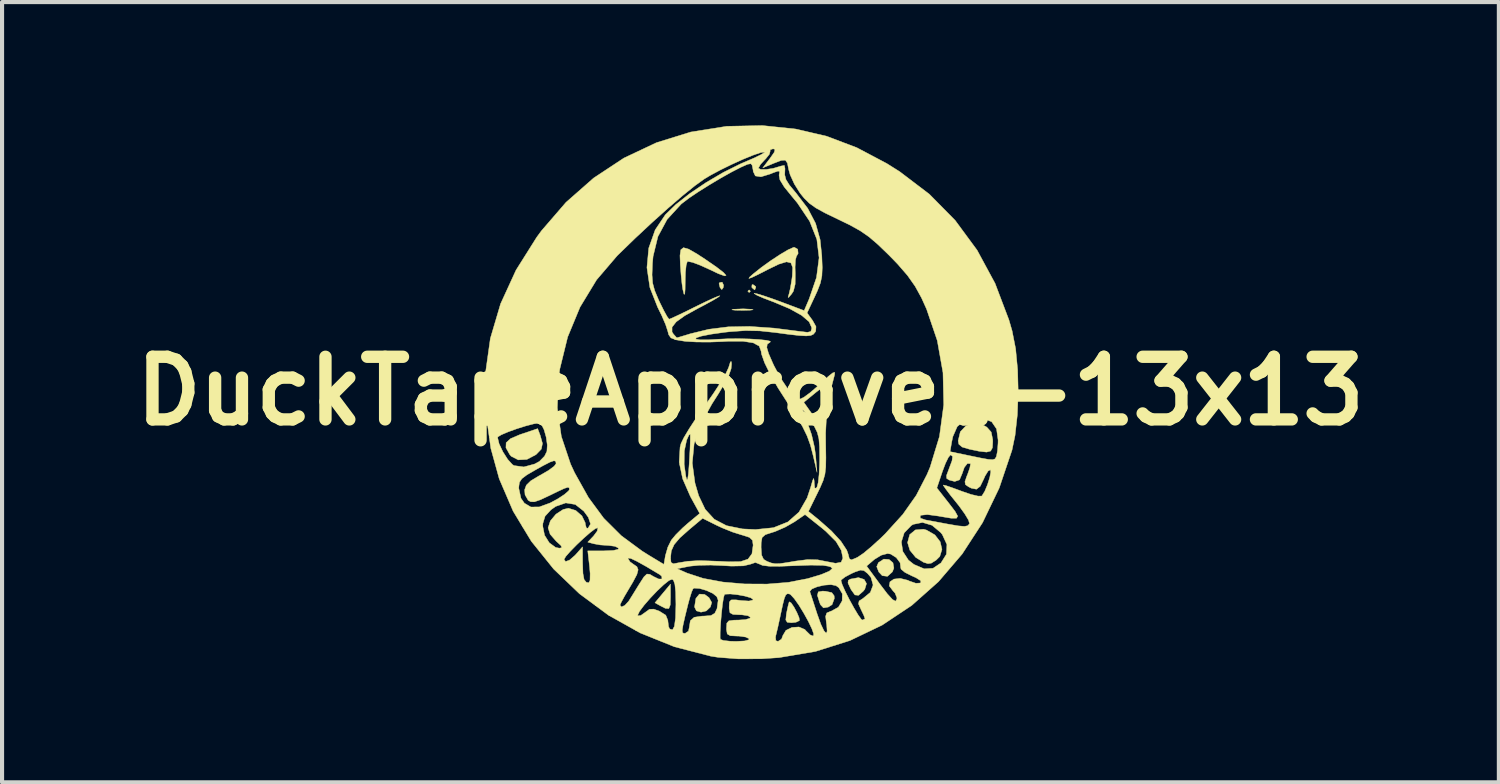
<source format=kicad_pcb>
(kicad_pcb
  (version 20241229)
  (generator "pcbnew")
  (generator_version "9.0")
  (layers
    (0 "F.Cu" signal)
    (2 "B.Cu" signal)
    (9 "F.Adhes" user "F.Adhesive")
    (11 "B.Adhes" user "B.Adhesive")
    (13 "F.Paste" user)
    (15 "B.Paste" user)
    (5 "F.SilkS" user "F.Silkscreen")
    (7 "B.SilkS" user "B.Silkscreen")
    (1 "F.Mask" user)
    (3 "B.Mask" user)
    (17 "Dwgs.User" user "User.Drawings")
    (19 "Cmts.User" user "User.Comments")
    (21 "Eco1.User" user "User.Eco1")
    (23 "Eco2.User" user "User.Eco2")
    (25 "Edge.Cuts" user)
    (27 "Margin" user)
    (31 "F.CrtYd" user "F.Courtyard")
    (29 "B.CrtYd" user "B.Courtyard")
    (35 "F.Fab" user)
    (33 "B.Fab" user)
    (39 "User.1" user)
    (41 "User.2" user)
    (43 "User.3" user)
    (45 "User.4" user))
  (footprint "DuckTapeApproved-13x13"
    (layer "F.Cu")
    (at 15.211 6.466)
    (property "Reference" "DuckTapeApproved-13x13" (at 0 0 0) (layer "F.SilkS") (effects (font (size 1.524 1.524) (thickness 0.3))))
    (attr through_hole)
    (fp_poly (pts (xy 0 -2.43) (xy -0.032 -2.397) (xy -0.065 -2.43) (xy -0.032 -2.462) (xy 0 -2.43)) (stroke (width 0.01) (type solid)) (fill yes) (layer "F.SilkS"))
    (fp_poly (pts (xy -0.654 -2.578) (xy -0.662 -2.518) (xy -0.697 -2.469) (xy -0.74 -2.518) (xy -0.764 -2.614) (xy -0.752 -2.639) (xy -0.688 -2.65) (xy -0.654 -2.578)) (stroke (width 0.01) (type solid)) (fill yes) (layer "F.SilkS"))
    (fp_poly (pts (xy -1.946 5.005) (xy -1.952 5.204) (xy -1.986 5.291) (xy -2.069 5.287) (xy -2.182 5.23) (xy -2.324 5.151) (xy -2.135 4.924) (xy -1.947 4.698) (xy -1.946 5.005)) (stroke (width 0.01) (type solid)) (fill yes) (layer "F.SilkS"))
    (fp_poly (pts (xy 0.127 -2.545) (xy 0.13 -2.527) (xy 0.107 -2.464) (xy 0.101 -2.462) (xy 0.046 -2.508) (xy 0.032 -2.527) (xy 0.038 -2.587) (xy 0.061 -2.592) (xy 0.127 -2.545)) (stroke (width 0.01) (type solid)) (fill yes) (layer "F.SilkS"))
    (fp_poly (pts (xy -1.115 4.948) (xy -1.009 5.026) (xy -0.943 5.144) (xy -0.974 5.253) (xy -1.074 5.349) (xy -1.203 5.38) (xy -1.315 5.348) (xy -1.361 5.254) (xy -1.328 5.046) (xy -1.242 4.94) (xy -1.115 4.948)) (stroke (width 0.01) (type solid)) (fill yes) (layer "F.SilkS"))
    (fp_poly (pts (xy 0.016 -1.991) (xy 0.065 -1.978) (xy -0.001 -1.969) (xy -0.168 -1.965) (xy -0.194 -1.965) (xy -0.372 -1.968) (xy -0.452 -1.977) (xy -0.418 -1.989) (xy -0.405 -1.991) (xy -0.178 -2.001) (xy 0.016 -1.991)) (stroke (width 0.01) (type solid)) (fill yes) (layer "F.SilkS"))
    (fp_poly (pts (xy 3.373 4.098) (xy 3.468 4.179) (xy 3.49 4.307) (xy 3.454 4.399) (xy 3.334 4.508) (xy 3.207 4.492) (xy 3.123 4.403) (xy 3.072 4.273) (xy 3.114 4.174) (xy 3.244 4.089) (xy 3.373 4.098)) (stroke (width 0.01) (type solid)) (fill yes) (layer "F.SilkS"))
    (fp_poly (pts (xy 1.83 4.872) (xy 1.979 4.904) (xy 2.036 4.98) (xy 2.041 5.047) (xy 1.986 5.197) (xy 1.893 5.256) (xy 1.776 5.275) (xy 1.706 5.201) (xy 1.683 5.146) (xy 1.629 4.971) (xy 1.65 4.886) (xy 1.759 4.867) (xy 1.83 4.872)) (stroke (width 0.01) (type solid)) (fill yes) (layer "F.SilkS"))
    (fp_poly (pts (xy 2.766 4.583) (xy 2.824 4.684) (xy 2.782 4.822) (xy 2.745 4.869) (xy 2.63 4.97) (xy 2.542 4.961) (xy 2.452 4.836) (xy 2.433 4.801) (xy 2.373 4.669) (xy 2.381 4.605) (xy 2.437 4.574) (xy 2.629 4.539) (xy 2.766 4.583)) (stroke (width 0.01) (type solid)) (fill yes) (layer "F.SilkS"))
    (fp_poly (pts (xy 0.989 5.154) (xy 1.059 5.256) (xy 1.131 5.391) (xy 1.183 5.515) (xy 1.192 5.584) (xy 1.108 5.625) (xy 0.998 5.637) (xy 0.895 5.626) (xy 0.86 5.569) (xy 0.874 5.429) (xy 0.88 5.394) (xy 0.914 5.232) (xy 0.94 5.136) (xy 0.945 5.128) (xy 0.989 5.154)) (stroke (width 0.01) (type solid)) (fill yes) (layer "F.SilkS"))
    (fp_poly (pts (xy -5.116 1.077) (xy -5.061 1.274) (xy -5.089 1.412) (xy -5.212 1.54) (xy -5.225 1.55) (xy -5.44 1.663) (xy -5.651 1.674) (xy -5.822 1.586) (xy -5.86 1.541) (xy -5.95 1.378) (xy -5.945 1.256) (xy -5.836 1.156) (xy -5.611 1.06) (xy -5.57 1.046) (xy -5.178 0.914) (xy -5.116 1.077)) (stroke (width 0.01) (type solid)) (fill yes) (layer "F.SilkS"))
    (fp_poly (pts (xy 4.284 3.382) (xy 4.488 3.5) (xy 4.617 3.667) (xy 4.66 3.853) (xy 4.607 4.025) (xy 4.521 4.111) (xy 4.402 4.187) (xy 4.318 4.199) (xy 4.212 4.166) (xy 4.022 4.048) (xy 3.879 3.873) (xy 3.823 3.687) (xy 3.823 3.686) (xy 3.875 3.492) (xy 4.014 3.378) (xy 4.211 3.362) (xy 4.284 3.382)) (stroke (width 0.01) (type solid)) (fill yes) (layer "F.SilkS"))
    (fp_poly (pts (xy 5.656 0.824) (xy 5.752 0.878) (xy 5.858 0.997) (xy 5.895 1.181) (xy 5.896 1.235) (xy 5.888 1.378) (xy 5.845 1.459) (xy 5.745 1.485) (xy 5.564 1.464) (xy 5.329 1.415) (xy 5.151 1.362) (xy 5.07 1.293) (xy 5.054 1.209) (xy 5.107 0.99) (xy 5.245 0.843) (xy 5.438 0.783) (xy 5.656 0.824)) (stroke (width 0.01) (type solid)) (fill yes) (layer "F.SilkS"))
    (fp_poly (pts (xy -1.504 -3.454) (xy -1.299 -3.336) (xy -1.103 -3.208) (xy -0.829 -3.019) (xy -0.658 -2.887) (xy -0.592 -2.814) (xy -0.632 -2.803) (xy -0.78 -2.857) (xy -0.989 -2.956) (xy -1.22 -3.061) (xy -1.406 -3.131) (xy -1.519 -3.155) (xy -1.537 -3.15) (xy -1.564 -3.062) (xy -1.582 -2.887) (xy -1.587 -2.716) (xy -1.59 -2.476) (xy -1.599 -2.359) (xy -1.617 -2.357) (xy -1.644 -2.464) (xy -1.647 -2.478) (xy -1.667 -2.618) (xy -1.689 -2.836) (xy -1.706 -3.062) (xy -1.715 -3.297) (xy -1.695 -3.439) (xy -1.63 -3.49) (xy -1.504 -3.454)) (stroke (width 0.01) (type solid)) (fill yes) (layer "F.SilkS"))
    (fp_poly (pts (xy 1.15 -3.452) (xy 1.16 -3.349) (xy 1.118 -3.278) (xy 1.095 -3.191) (xy 1.086 -3.018) (xy 1.09 -2.862) (xy 1.088 -2.602) (xy 1.046 -2.432) (xy 1.003 -2.365) (xy 0.927 -2.276) (xy 0.915 -2.286) (xy 0.939 -2.365) (xy 0.972 -2.507) (xy 1.006 -2.713) (xy 1.018 -2.801) (xy 1.027 -3.006) (xy 0.984 -3.119) (xy 0.877 -3.145) (xy 0.69 -3.088) (xy 0.444 -2.969) (xy 0.183 -2.835) (xy 0.025 -2.76) (xy -0.039 -2.74) (xy -0.02 -2.773) (xy 0.065 -2.849) (xy 0.27 -3.012) (xy 0.5 -3.177) (xy 0.725 -3.325) (xy 0.916 -3.438) (xy 1.044 -3.495) (xy 1.066 -3.499) (xy 1.15 -3.452)) (stroke (width 0.01) (type solid)) (fill yes) (layer "F.SilkS"))
    (fp_poly (pts (xy 1.099 -6.377) (xy 1.855 -6.201) (xy 2.586 -5.924) (xy 3.318 -5.537) (xy 3.631 -5.34) (xy 4.352 -4.792) (xy 4.981 -4.154) (xy 5.515 -3.429) (xy 5.952 -2.621) (xy 6.289 -1.733) (xy 6.367 -1.464) (xy 6.452 -1.033) (xy 6.501 -0.521) (xy 6.515 0.031) (xy 6.494 0.58) (xy 6.438 1.083) (xy 6.364 1.438) (xy 6.053 2.359) (xy 5.647 3.203) (xy 5.152 3.964) (xy 4.576 4.637) (xy 3.924 5.216) (xy 3.203 5.696) (xy 2.42 6.071) (xy 1.581 6.336) (xy 0.692 6.486) (xy 0.259 6.515) (xy -0.302 6.516) (xy -0.785 6.479) (xy -0.968 6.45) (xy -1.85 6.222) (xy -2.387 6.005) (xy -0.738 6.005) (xy -0.731 6.042) (xy -0.657 6.069) (xy -0.494 6.087) (xy -0.349 6.091) (xy -0.141 6.08) (xy -0.038 6.051) (xy -0.032 6.026) (xy -0.117 5.985) (xy -0.169 5.977) (xy 0.609 5.977) (xy 0.618 6.073) (xy 0.671 6.091) (xy 0.756 6.036) (xy 0.789 5.947) (xy 0.863 5.823) (xy 1.01 5.751) (xy 1.18 5.74) (xy 1.323 5.801) (xy 1.352 5.834) (xy 1.455 5.934) (xy 1.527 5.961) (xy 1.54 5.912) (xy 1.495 5.785) (xy 1.41 5.607) (xy 1.299 5.406) (xy 1.18 5.211) (xy 1.067 5.051) (xy 0.977 4.953) (xy 0.947 4.936) (xy 0.897 4.932) (xy 0.86 4.959) (xy 0.825 5.04) (xy 0.785 5.196) (xy 0.73 5.451) (xy 0.711 5.54) (xy 0.665 5.751) (xy 0.624 5.923) (xy 0.609 5.977) (xy -0.169 5.977) (xy -0.279 5.962) (xy -0.328 5.961) (xy -0.492 5.953) (xy -0.565 5.91) (xy -0.583 5.804) (xy -0.583 5.767) (xy -0.575 5.647) (xy -0.526 5.591) (xy -0.402 5.574) (xy -0.292 5.572) (xy -0.118 5.56) (xy -0.013 5.527) (xy 0 5.508) (xy -0.057 5.467) (xy -0.201 5.445) (xy -0.259 5.443) (xy -0.425 5.435) (xy -0.499 5.394) (xy -0.518 5.29) (xy -0.518 5.25) (xy -0.512 5.132) (xy -0.47 5.082) (xy -0.357 5.08) (xy -0.227 5.097) (xy -0.036 5.109) (xy 0.058 5.086) (xy 0.065 5.071) (xy 0.008 5.03) (xy -0.134 4.989) (xy -0.313 4.956) (xy -0.487 4.937) (xy -0.608 4.942) (xy -0.634 4.953) (xy -0.656 5.032) (xy -0.682 5.201) (xy -0.706 5.422) (xy -0.726 5.656) (xy -0.737 5.863) (xy -0.738 6.005) (xy -2.387 6.005) (xy -2.682 5.886) (xy -2.804 5.818) (xy -1.66 5.818) (xy -1.653 5.876) (xy -1.623 5.895) (xy -1.589 5.896) (xy -1.508 5.841) (xy -1.489 5.751) (xy -1.463 5.588) (xy -1.37 5.504) (xy -1.182 5.476) (xy -1.135 5.475) (xy -0.961 5.462) (xy -0.868 5.406) (xy -0.814 5.294) (xy -0.786 5.091) (xy -0.819 5.002) (xy -0.914 4.924) (xy -1.016 4.877) (xy 1.444 4.877) (xy 1.446 4.885) (xy 1.478 4.978) (xy 1.537 5.159) (xy 1.612 5.39) (xy 1.624 5.427) (xy 1.713 5.675) (xy 1.788 5.832) (xy 1.842 5.892) (xy 1.866 5.845) (xy 1.855 5.686) (xy 1.848 5.645) (xy 1.829 5.481) (xy 1.857 5.399) (xy 1.952 5.358) (xy 1.97 5.353) (xy 2.14 5.259) (xy 2.231 5.105) (xy 2.236 4.933) (xy 2.149 4.783) (xy 2.081 4.734) (xy 1.96 4.71) (xy 1.793 4.723) (xy 1.623 4.762) (xy 1.493 4.816) (xy 1.444 4.877) (xy -1.016 4.877) (xy -1.07 4.852) (xy -1.237 4.804) (xy -1.365 4.795) (xy -1.397 4.81) (xy -1.432 4.889) (xy -1.483 5.053) (xy -1.521 5.194) (xy -1.596 5.498) (xy -1.641 5.699) (xy -1.66 5.818) (xy -2.804 5.818) (xy -3.456 5.453) (xy -3.459 5.451) (xy -2.744 5.451) (xy -2.74 5.468) (xy -2.668 5.46) (xy -2.564 5.387) (xy -2.458 5.31) (xy -2.354 5.306) (xy -2.219 5.354) (xy -2.061 5.453) (xy -2.009 5.582) (xy -2.009 5.594) (xy -1.993 5.729) (xy -1.967 5.787) (xy -1.898 5.812) (xy -1.851 5.725) (xy -1.823 5.52) (xy -1.814 5.193) (xy -1.814 5.187) (xy -1.82 4.891) (xy -1.839 4.704) (xy -1.873 4.605) (xy -1.906 4.579) (xy -1.982 4.609) (xy -2.111 4.712) (xy -2.271 4.863) (xy -2.438 5.038) (xy -2.588 5.211) (xy -2.698 5.357) (xy -2.744 5.451) (xy -3.459 5.451) (xy -3.787 5.208) (xy -3.175 5.208) (xy -3.139 5.253) (xy -3.057 5.215) (xy -2.965 5.115) (xy -2.957 5.103) (xy -2.867 4.959) (xy -2.748 4.766) (xy -2.695 4.681) (xy -2.591 4.52) (xy -2.52 4.452) (xy -2.448 4.459) (xy -2.362 4.511) (xy -2.233 4.573) (xy -2.153 4.572) (xy -2.153 4.572) (xy -2.159 4.506) (xy -2.204 4.467) (xy -2.446 4.323) (xy -1.782 4.323) (xy -1.54 4.43) (xy -1.149 4.558) (xy -0.67 4.647) (xy -0.14 4.693) (xy 0.404 4.696) (xy 0.926 4.654) (xy 1.142 4.612) (xy 2.203 4.612) (xy 2.232 4.709) (xy 2.306 4.875) (xy 2.408 5.076) (xy 2.519 5.278) (xy 2.621 5.448) (xy 2.697 5.554) (xy 2.722 5.572) (xy 2.785 5.545) (xy 2.786 5.537) (xy 2.759 5.46) (xy 2.694 5.323) (xy 2.689 5.313) (xy 2.629 5.179) (xy 2.644 5.107) (xy 2.737 5.047) (xy 2.917 4.899) (xy 2.984 4.72) (xy 2.933 4.536) (xy 2.851 4.439) (xy 2.763 4.369) (xy 2.68 4.356) (xy 2.553 4.398) (xy 2.462 4.438) (xy 2.305 4.521) (xy 2.213 4.592) (xy 2.203 4.612) (xy 1.142 4.612) (xy 1.39 4.564) (xy 1.393 4.563) (xy 1.72 4.465) (xy 1.919 4.382) (xy 1.992 4.317) (xy 1.941 4.269) (xy 1.871 4.258) (xy 2.827 4.258) (xy 3.143 4.688) (xy 3.33 4.933) (xy 3.457 5.072) (xy 3.532 5.113) (xy 3.562 5.061) (xy 3.564 5.03) (xy 3.518 4.916) (xy 3.467 4.86) (xy 3.378 4.741) (xy 3.395 4.641) (xy 3.491 4.575) (xy 3.644 4.558) (xy 3.827 4.603) (xy 3.868 4.623) (xy 4.025 4.677) (xy 4.139 4.67) (xy 4.14 4.669) (xy 4.146 4.617) (xy 4.027 4.541) (xy 3.926 4.496) (xy 3.76 4.413) (xy 3.665 4.334) (xy 3.656 4.3) (xy 3.642 4.178) (xy 3.548 4.052) (xy 3.412 3.966) (xy 3.337 3.953) (xy 3.183 3.994) (xy 3.017 4.095) (xy 3.005 4.105) (xy 2.827 4.258) (xy 1.871 4.258) (xy 1.767 4.241) (xy 1.47 4.235) (xy 1.084 4.249) (xy 0.711 4.264) (xy 0.452 4.262) (xy 0.293 4.242) (xy 0.23 4.214) (xy 0.12 4.171) (xy -0.002 4.213) (xy -0.172 4.253) (xy -0.463 4.259) (xy -0.67 4.247) (xy -0.964 4.234) (xy -1.25 4.239) (xy -1.471 4.261) (xy -1.49 4.264) (xy -1.782 4.323) (xy -2.446 4.323) (xy -2.534 4.27) (xy -2.766 4.141) (xy -2.91 4.073) (xy -2.974 4.063) (xy -2.981 4.075) (xy -2.93 4.155) (xy -2.851 4.212) (xy -2.763 4.272) (xy -2.733 4.348) (xy -2.764 4.464) (xy -2.86 4.647) (xy -2.948 4.795) (xy -3.063 4.989) (xy -3.144 5.138) (xy -3.175 5.208) (xy -3.787 5.208) (xy -4.162 4.931) (xy -4.79 4.329) (xy -4.977 4.096) (xy -4.536 4.096) (xy -4.498 4.148) (xy -4.401 4.112) (xy -4.27 3.998) (xy -4.243 3.969) (xy -4.086 3.791) (xy -4.084 4.185) (xy -4.076 4.438) (xy -4.048 4.586) (xy -3.994 4.653) (xy -3.933 4.665) (xy -3.904 4.605) (xy -3.901 4.44) (xy -3.915 4.277) (xy -3.959 3.888) (xy -3.563 3.888) (xy -3.338 3.878) (xy -3.22 3.851) (xy -3.207 3.823) (xy -3.294 3.778) (xy -3.449 3.757) (xy -3.454 3.757) (xy -3.654 3.744) (xy -3.81 3.716) (xy -3.959 3.676) (xy -3.815 3.523) (xy -3.729 3.407) (xy -3.713 3.328) (xy -3.716 3.325) (xy -3.776 3.348) (xy -3.899 3.441) (xy -4.058 3.58) (xy -4.227 3.739) (xy -4.38 3.895) (xy -4.492 4.022) (xy -4.536 4.096) (xy -4.536 4.096) (xy -4.977 4.096) (xy -5.331 3.656) (xy -5.553 3.29) (xy -5.054 3.29) (xy -5.01 3.508) (xy -4.895 3.692) (xy -4.74 3.805) (xy -4.649 3.823) (xy -4.587 3.81) (xy -4.613 3.757) (xy -4.725 3.655) (xy -4.874 3.484) (xy -4.924 3.328) (xy -4.869 3.159) (xy -4.733 2.996) (xy -4.557 2.881) (xy -4.429 2.851) (xy -4.252 2.905) (xy -4.101 3.037) (xy -4.021 3.204) (xy -4.017 3.244) (xy -3.992 3.333) (xy -3.953 3.337) (xy -3.891 3.234) (xy -3.945 3.073) (xy -4.056 2.921) (xy -4.262 2.759) (xy -4.494 2.721) (xy -4.74 2.807) (xy -4.855 2.889) (xy -4.998 3.045) (xy -5.051 3.219) (xy -5.054 3.29) (xy -5.553 3.29) (xy -5.775 2.922) (xy -6.013 2.368) (xy -5.637 2.368) (xy -5.585 2.607) (xy -5.501 2.728) (xy -5.343 2.821) (xy -5.138 2.819) (xy -4.873 2.722) (xy -4.686 2.621) (xy -4.525 2.515) (xy -4.424 2.427) (xy -4.406 2.395) (xy -4.412 2.352) (xy -4.447 2.342) (xy -4.532 2.37) (xy -4.692 2.444) (xy -4.886 2.539) (xy -5.112 2.645) (xy -5.255 2.694) (xy -5.347 2.693) (xy -5.409 2.658) (xy -5.485 2.525) (xy -5.495 2.403) (xy -5.454 2.29) (xy -5.346 2.184) (xy -5.143 2.062) (xy -5.103 2.041) (xy -4.911 1.929) (xy -4.777 1.829) (xy -4.73 1.766) (xy -4.739 1.709) (xy -4.781 1.695) (xy -4.877 1.728) (xy -5.048 1.816) (xy -5.226 1.915) (xy -5.44 2.039) (xy -5.563 2.132) (xy -5.621 2.22) (xy -5.637 2.33) (xy -5.637 2.368) (xy -6.013 2.368) (xy -6.113 2.135) (xy -6.318 1.393) (xy -6.355 1.127) (xy -6.154 1.127) (xy -6.116 1.284) (xy -6.024 1.478) (xy -5.907 1.662) (xy -5.792 1.789) (xy -5.753 1.813) (xy -5.514 1.846) (xy -5.25 1.774) (xy -5.136 1.712) (xy -5.01 1.583) (xy -4.953 1.466) (xy -4.944 1.311) (xy -4.971 1.121) (xy -5.022 0.941) (xy -5.086 0.813) (xy -5.138 0.777) (xy -5.27 0.797) (xy -5.463 0.847) (xy -5.683 0.916) (xy -5.894 0.992) (xy -6.061 1.063) (xy -6.149 1.116) (xy -6.154 1.127) (xy -6.355 1.127) (xy -6.447 0.473) (xy -6.447 0.415) (xy -4.7 0.415) (xy -4.602 1.104) (xy -4.377 1.776) (xy -4.28 1.985) (xy -3.941 2.591) (xy -3.57 3.094) (xy -3.142 3.52) (xy -2.635 3.894) (xy -2.477 3.993) (xy -2.106 4.217) (xy -2.078 4.054) (xy -1.944 4.054) (xy -1.933 4.169) (xy -1.876 4.202) (xy -1.734 4.175) (xy -1.733 4.175) (xy -1.53 4.142) (xy -1.289 4.127) (xy -1.231 4.126) (xy -1 4.133) (xy -0.716 4.144) (xy -0.529 4.154) (xy -0.242 4.15) (xy -0.06 4.089) (xy 0.036 3.96) (xy 0.058 3.801) (xy 0.259 3.801) (xy 0.271 3.991) (xy 0.32 4.094) (xy 0.405 4.145) (xy 0.509 4.184) (xy 0.6 4.201) (xy 0.716 4.198) (xy 0.895 4.172) (xy 1.093 4.138) (xy 1.393 4.1) (xy 1.635 4.106) (xy 1.833 4.145) (xy 2.071 4.19) (xy 2.206 4.165) (xy 2.249 4.065) (xy 2.211 3.88) (xy 2.208 3.872) (xy 2.083 3.661) (xy 1.835 3.413) (xy 1.732 3.327) (xy 1.328 3.005) (xy 1.069 3.183) (xy 0.843 3.312) (xy 0.599 3.418) (xy 0.535 3.438) (xy 0.364 3.493) (xy 0.284 3.561) (xy 0.261 3.687) (xy 0.259 3.801) (xy 0.058 3.801) (xy 0.065 3.751) (xy 0.065 3.748) (xy 0.049 3.631) (xy -0.023 3.561) (xy -0.185 3.508) (xy -0.211 3.501) (xy -0.431 3.432) (xy -0.689 3.328) (xy -0.825 3.265) (xy -1.164 3.096) (xy -1.491 3.37) (xy -1.719 3.573) (xy -1.857 3.736) (xy -1.926 3.888) (xy -1.944 4.054) (xy -2.078 4.054) (xy -2.07 4.004) (xy -2.01 3.797) (xy -1.927 3.629) (xy -1.817 3.496) (xy -1.649 3.329) (xy -1.528 3.222) (xy -1.235 2.978) (xy -1.462 2.565) (xy -1.649 2.137) (xy -1.724 1.782) (xy -1.613 1.782) (xy -1.571 2.082) (xy -1.547 2.158) (xy -1.528 2.14) (xy -1.51 2.017) (xy -1.491 1.778) (xy -1.486 1.685) (xy -1.471 1.417) (xy -1.464 1.202) (xy -1.464 1.071) (xy -1.468 1.044) (xy -1.501 1.078) (xy -1.553 1.194) (xy -1.609 1.457) (xy -1.613 1.782) (xy -1.724 1.782) (xy -1.734 1.73) (xy -1.713 1.366) (xy -1.689 1.275) (xy -1.621 1.135) (xy -1.493 0.92) (xy -1.322 0.658) (xy -1.125 0.377) (xy -1.1 0.343) (xy -0.903 0.062) (xy -0.731 -0.202) (xy -0.601 -0.422) (xy -0.532 -0.571) (xy -0.528 -0.583) (xy -0.488 -0.711) (xy -0.466 -0.718) (xy -0.46 -0.661) (xy -0.471 -0.542) (xy -0.522 -0.396) (xy -0.621 -0.2) (xy -0.779 0.065) (xy -0.937 0.313) (xy -1.212 0.811) (xy -1.371 1.283) (xy -1.416 1.751) (xy -1.35 2.238) (xy -1.26 2.545) (xy -1.101 2.878) (xy -0.88 3.119) (xy -0.582 3.275) (xy -0.193 3.354) (xy 0.125 3.369) (xy 0.561 3.324) (xy 0.911 3.184) (xy 1.181 2.945) (xy 1.379 2.6) (xy 1.467 2.336) (xy 1.514 2.172) (xy 1.539 2.125) (xy 1.55 2.185) (xy 1.552 2.235) (xy 1.564 2.358) (xy 1.597 2.364) (xy 1.62 2.333) (xy 1.648 2.227) (xy 1.67 2.027) (xy 1.682 1.769) (xy 1.684 1.649) (xy 1.681 1.359) (xy 1.665 1.16) (xy 1.627 1.009) (xy 1.558 0.867) (xy 1.492 0.758) (xy 1.381 0.591) (xy 1.298 0.481) (xy 1.269 0.454) (xy 1.276 0.507) (xy 1.328 0.644) (xy 1.393 0.794) (xy 1.486 1.057) (xy 1.558 1.366) (xy 1.584 1.555) (xy 1.62 1.976) (xy 1.528 1.579) (xy 1.461 1.32) (xy 1.378 1.092) (xy 1.265 0.86) (xy 1.103 0.59) (xy 0.907 0.292) (xy 0.895 0.273) (xy 1.298 0.273) (xy 1.475 0.524) (xy 1.587 0.672) (xy 1.67 0.763) (xy 1.692 0.776) (xy 1.719 0.718) (xy 1.749 0.567) (xy 1.771 0.4) (xy 1.8 0.171) (xy 1.835 -0.019) (xy 1.857 -0.101) (xy 1.85 -0.144) (xy 1.759 -0.097) (xy 1.601 0.025) (xy 1.298 0.273) (xy 0.895 0.273) (xy 0.673 -0.073) (xy 0.482 -0.406) (xy 0.344 -0.688) (xy 0.27 -0.898) (xy 0.259 -0.971) (xy 0.213 -1.094) (xy 0.069 -1.173) (xy -0.18 -1.212) (xy -0.543 -1.212) (xy -0.68 -1.204) (xy -0.996 -1.192) (xy -1.311 -1.194) (xy -1.569 -1.209) (xy -1.617 -1.215) (xy -1.823 -1.249) (xy -1.863 -1.266) (xy -1.333 -1.266) (xy -1.232 -1.248) (xy -1.013 -1.248) (xy -0.795 -1.261) (xy -0.544 -1.273) (xy -0.277 -1.275) (xy -0.016 -1.268) (xy 0.214 -1.254) (xy 0.389 -1.235) (xy 0.484 -1.212) (xy 0.476 -1.186) (xy 0.47 -1.183) (xy 0.409 -1.142) (xy 0.398 -1.059) (xy 0.441 -0.914) (xy 0.542 -0.682) (xy 0.573 -0.616) (xy 0.732 -0.317) (xy 0.898 -0.069) (xy 1.054 0.108) (xy 1.183 0.191) (xy 1.209 0.194) (xy 1.298 0.152) (xy 1.451 0.04) (xy 1.638 -0.121) (xy 1.7 -0.178) (xy 1.89 -0.353) (xy 2.003 -0.443) (xy 2.051 -0.455) (xy 2.047 -0.397) (xy 2.045 -0.389) (xy 1.923 0.08) (xy 1.854 0.532) (xy 1.829 1.023) (xy 1.831 1.297) (xy 1.836 1.621) (xy 1.832 1.852) (xy 1.812 2.025) (xy 1.769 2.176) (xy 1.699 2.34) (xy 1.629 2.485) (xy 1.411 2.928) (xy 1.661 3.131) (xy 1.969 3.403) (xy 2.201 3.655) (xy 2.343 3.871) (xy 2.377 3.966) (xy 2.407 4.081) (xy 2.459 4.107) (xy 2.575 4.059) (xy 2.616 4.038) (xy 2.75 3.947) (xy 2.941 3.788) (xy 3.07 3.671) (xy 3.672 3.671) (xy 3.707 3.902) (xy 3.843 4.112) (xy 3.977 4.218) (xy 4.228 4.325) (xy 4.443 4.312) (xy 4.636 4.182) (xy 4.769 3.97) (xy 4.78 3.733) (xy 4.669 3.492) (xy 4.631 3.444) (xy 4.419 3.266) (xy 4.187 3.197) (xy 3.962 3.243) (xy 3.915 3.27) (xy 3.741 3.45) (xy 3.672 3.671) (xy 3.07 3.671) (xy 3.16 3.589) (xy 3.279 3.473) (xy 3.676 3.036) (xy 4.13 3.036) (xy 4.132 3.092) (xy 4.262 3.136) (xy 4.284 3.14) (xy 4.492 3.178) (xy 4.735 3.224) (xy 4.795 3.235) (xy 5.049 3.279) (xy 5.205 3.293) (xy 5.289 3.276) (xy 5.329 3.228) (xy 5.33 3.224) (xy 5.306 3.139) (xy 5.214 2.986) (xy 5.073 2.791) (xy 5.018 2.722) (xy 4.863 2.529) (xy 4.749 2.378) (xy 4.693 2.295) (xy 4.691 2.286) (xy 4.754 2.299) (xy 4.907 2.351) (xy 5.117 2.428) (xy 5.144 2.439) (xy 5.367 2.515) (xy 5.54 2.556) (xy 5.629 2.554) (xy 5.632 2.551) (xy 5.701 2.439) (xy 5.769 2.274) (xy 5.823 2.102) (xy 5.848 1.967) (xy 5.837 1.915) (xy 5.782 1.947) (xy 5.708 2.068) (xy 5.677 2.139) (xy 5.59 2.318) (xy 5.499 2.388) (xy 5.375 2.363) (xy 5.309 2.33) (xy 5.232 2.277) (xy 5.219 2.205) (xy 5.265 2.069) (xy 5.282 2.029) (xy 5.337 1.873) (xy 5.355 1.776) (xy 5.351 1.765) (xy 5.279 1.762) (xy 5.204 1.857) (xy 5.151 2.009) (xy 5.087 2.16) (xy 4.97 2.2) (xy 4.834 2.164) (xy 4.774 2.125) (xy 4.772 2.05) (xy 4.829 1.898) (xy 4.829 1.897) (xy 4.904 1.698) (xy 4.919 1.591) (xy 4.876 1.556) (xy 4.866 1.555) (xy 4.817 1.612) (xy 4.745 1.76) (xy 4.671 1.956) (xy 4.536 2.357) (xy 4.832 2.734) (xy 4.979 2.927) (xy 5.043 3.043) (xy 5.014 3.094) (xy 4.881 3.093) (xy 4.633 3.052) (xy 4.572 3.041) (xy 4.304 3.005) (xy 4.153 3.021) (xy 4.13 3.036) (xy 3.676 3.036) (xy 3.704 3.006) (xy 4.034 2.538) (xy 4.297 2.028) (xy 4.372 1.849) (xy 4.486 1.474) (xy 4.857 1.474) (xy 5.328 1.572) (xy 5.61 1.63) (xy 5.791 1.663) (xy 5.896 1.669) (xy 5.949 1.651) (xy 5.976 1.608) (xy 5.987 1.582) (xy 6.011 1.456) (xy 6.025 1.263) (xy 6.026 1.193) (xy 5.988 0.92) (xy 5.87 0.747) (xy 5.663 0.666) (xy 5.462 0.661) (xy 5.207 0.719) (xy 5.032 0.863) (xy 4.925 1.107) (xy 4.897 1.239) (xy 4.857 1.474) (xy 4.486 1.474) (xy 4.599 1.105) (xy 4.703 0.335) (xy 4.685 -0.447) (xy 4.546 -1.229) (xy 4.285 -1.996) (xy 4.162 -2.268) (xy 4.007 -2.55) (xy 3.821 -2.814) (xy 3.577 -3.095) (xy 3.372 -3.306) (xy 3.107 -3.562) (xy 2.887 -3.751) (xy 2.669 -3.902) (xy 2.413 -4.044) (xy 2.13 -4.181) (xy 1.815 -4.333) (xy 1.592 -4.456) (xy 1.431 -4.571) (xy 1.304 -4.697) (xy 1.205 -4.82) (xy 1.068 -5.039) (xy 0.966 -5.263) (xy 0.931 -5.387) (xy 0.899 -5.548) (xy 0.849 -5.619) (xy 0.749 -5.613) (xy 0.565 -5.542) (xy 0.546 -5.534) (xy 0.299 -5.431) (xy 0.477 -5.664) (xy 0.578 -5.809) (xy 0.598 -5.879) (xy 0.55 -5.896) (xy 0.478 -5.87) (xy 0.48 -5.841) (xy 0.461 -5.764) (xy 0.37 -5.65) (xy 0.354 -5.635) (xy 0.245 -5.517) (xy 0.195 -5.429) (xy 0.194 -5.424) (xy 0.249 -5.393) (xy 0.385 -5.393) (xy 0.557 -5.42) (xy 0.722 -5.469) (xy 0.735 -5.474) (xy 0.825 -5.491) (xy 0.841 -5.408) (xy 0.84 -5.403) (xy 0.834 -5.262) (xy 0.864 -5.146) (xy 0.946 -5.015) (xy 1.1 -4.829) (xy 1.104 -4.825) (xy 1.394 -4.446) (xy 1.585 -4.08) (xy 1.695 -3.685) (xy 1.736 -3.292) (xy 1.747 -3.006) (xy 1.738 -2.801) (xy 1.702 -2.63) (xy 1.631 -2.444) (xy 1.572 -2.315) (xy 1.378 -1.902) (xy 1.51 -1.721) (xy 1.595 -1.57) (xy 1.588 -1.458) (xy 1.574 -1.434) (xy 1.531 -1.382) (xy 1.465 -1.352) (xy 1.356 -1.342) (xy 1.181 -1.352) (xy 0.919 -1.382) (xy 0.605 -1.424) (xy 0.224 -1.465) (xy -0.12 -1.472) (xy -0.498 -1.445) (xy -0.626 -1.431) (xy -0.96 -1.384) (xy -1.192 -1.338) (xy -1.318 -1.297) (xy -1.333 -1.266) (xy -1.863 -1.266) (xy -1.935 -1.294) (xy -1.99 -1.372) (xy -2.012 -1.458) (xy -2.064 -1.617) (xy -2.159 -1.838) (xy -2.259 -2.041) (xy -2.447 -2.519) (xy -2.493 -2.828) (xy -2.395 -2.828) (xy -2.38 -2.627) (xy -2.33 -2.443) (xy -2.236 -2.22) (xy -2.215 -2.175) (xy -2.113 -1.968) (xy -2.03 -1.816) (xy -1.981 -1.75) (xy -1.978 -1.749) (xy -1.908 -1.777) (xy -1.749 -1.851) (xy -1.527 -1.958) (xy -1.353 -2.045) (xy -1.105 -2.166) (xy -0.904 -2.259) (xy -0.776 -2.312) (xy -0.743 -2.319) (xy -0.787 -2.283) (xy -0.923 -2.202) (xy -1.127 -2.091) (xy -1.269 -2.017) (xy -1.596 -1.836) (xy -1.806 -1.685) (xy -1.908 -1.555) (xy -1.908 -1.44) (xy -1.876 -1.389) (xy -1.807 -1.312) (xy -1.79 -1.297) (xy -1.729 -1.314) (xy -1.582 -1.358) (xy -1.461 -1.395) (xy -1.013 -1.504) (xy -0.541 -1.563) (xy -0.021 -1.573) (xy 0.57 -1.532) (xy 1.215 -1.45) (xy 1.387 -1.43) (xy 1.468 -1.449) (xy 1.49 -1.518) (xy 1.49 -1.544) (xy 1.428 -1.686) (xy 1.247 -1.841) (xy 0.957 -2.003) (xy 0.567 -2.167) (xy 0.538 -2.178) (xy 0.318 -2.262) (xy 0.16 -2.331) (xy 0.089 -2.373) (xy 0.089 -2.378) (xy 0.157 -2.368) (xy 0.318 -2.32) (xy 0.546 -2.242) (xy 0.711 -2.182) (xy 1.307 -1.958) (xy 1.428 -2.241) (xy 1.607 -2.764) (xy 1.67 -3.243) (xy 1.615 -3.694) (xy 1.439 -4.135) (xy 1.14 -4.58) (xy 1.02 -4.724) (xy 0.823 -4.966) (xy 0.717 -5.139) (xy 0.696 -5.254) (xy 0.697 -5.26) (xy 0.71 -5.337) (xy 0.675 -5.355) (xy 0.562 -5.316) (xy 0.482 -5.283) (xy 0.256 -5.214) (xy 0.119 -5.235) (xy 0.066 -5.346) (xy 0.065 -5.372) (xy 0.041 -5.494) (xy 0.011 -5.533) (xy -0.07 -5.519) (xy -0.234 -5.446) (xy -0.46 -5.33) (xy -0.722 -5.183) (xy -0.997 -5.019) (xy -1.262 -4.853) (xy -1.493 -4.698) (xy -1.665 -4.567) (xy -1.687 -4.549) (xy -2.028 -4.177) (xy -2.252 -3.76) (xy -2.369 -3.279) (xy -2.385 -3.101) (xy -2.395 -2.828) (xy -2.493 -2.828) (xy -2.519 -3.005) (xy -2.475 -3.479) (xy -2.318 -3.923) (xy -2.071 -4.291) (xy -1.819 -4.537) (xy -1.477 -4.806) (xy -1.079 -5.075) (xy -0.656 -5.323) (xy -0.242 -5.529) (xy -0.14 -5.573) (xy 0.09 -5.672) (xy 0.257 -5.753) (xy 0.339 -5.804) (xy 0.34 -5.816) (xy 0.243 -5.802) (xy 0.06 -5.739) (xy -0.182 -5.64) (xy -0.453 -5.517) (xy -0.727 -5.383) (xy -0.975 -5.25) (xy -1.121 -5.163) (xy -1.349 -4.999) (xy -1.649 -4.757) (xy -2.003 -4.453) (xy -2.394 -4.102) (xy -2.804 -3.72) (xy -3.215 -3.321) (xy -3.246 -3.29) (xy -3.744 -2.707) (xy -4.147 -2.043) (xy -4.448 -1.316) (xy -4.638 -0.542) (xy -4.673 -0.303) (xy -4.7 0.415) (xy -6.447 0.415) (xy -6.451 -0.418) (xy -6.329 -1.283) (xy -6.08 -2.124) (xy -5.704 -2.944) (xy -5.2 -3.745) (xy -5.087 -3.899) (xy -4.488 -4.593) (xy -3.816 -5.184) (xy -3.08 -5.67) (xy -2.289 -6.044) (xy -1.452 -6.304) (xy -0.579 -6.443) (xy 0.292 -6.461) (xy 1.099 -6.377)) (stroke (width 0.01) (type solid)) (fill yes) (layer "F.SilkS")))
  (gr_rect
    (start -3 -3)
    (end 33.422 15.987)
    (stroke (width 0.1) (type default))
    (fill no)
    (layer "Edge.Cuts")))
</source>
